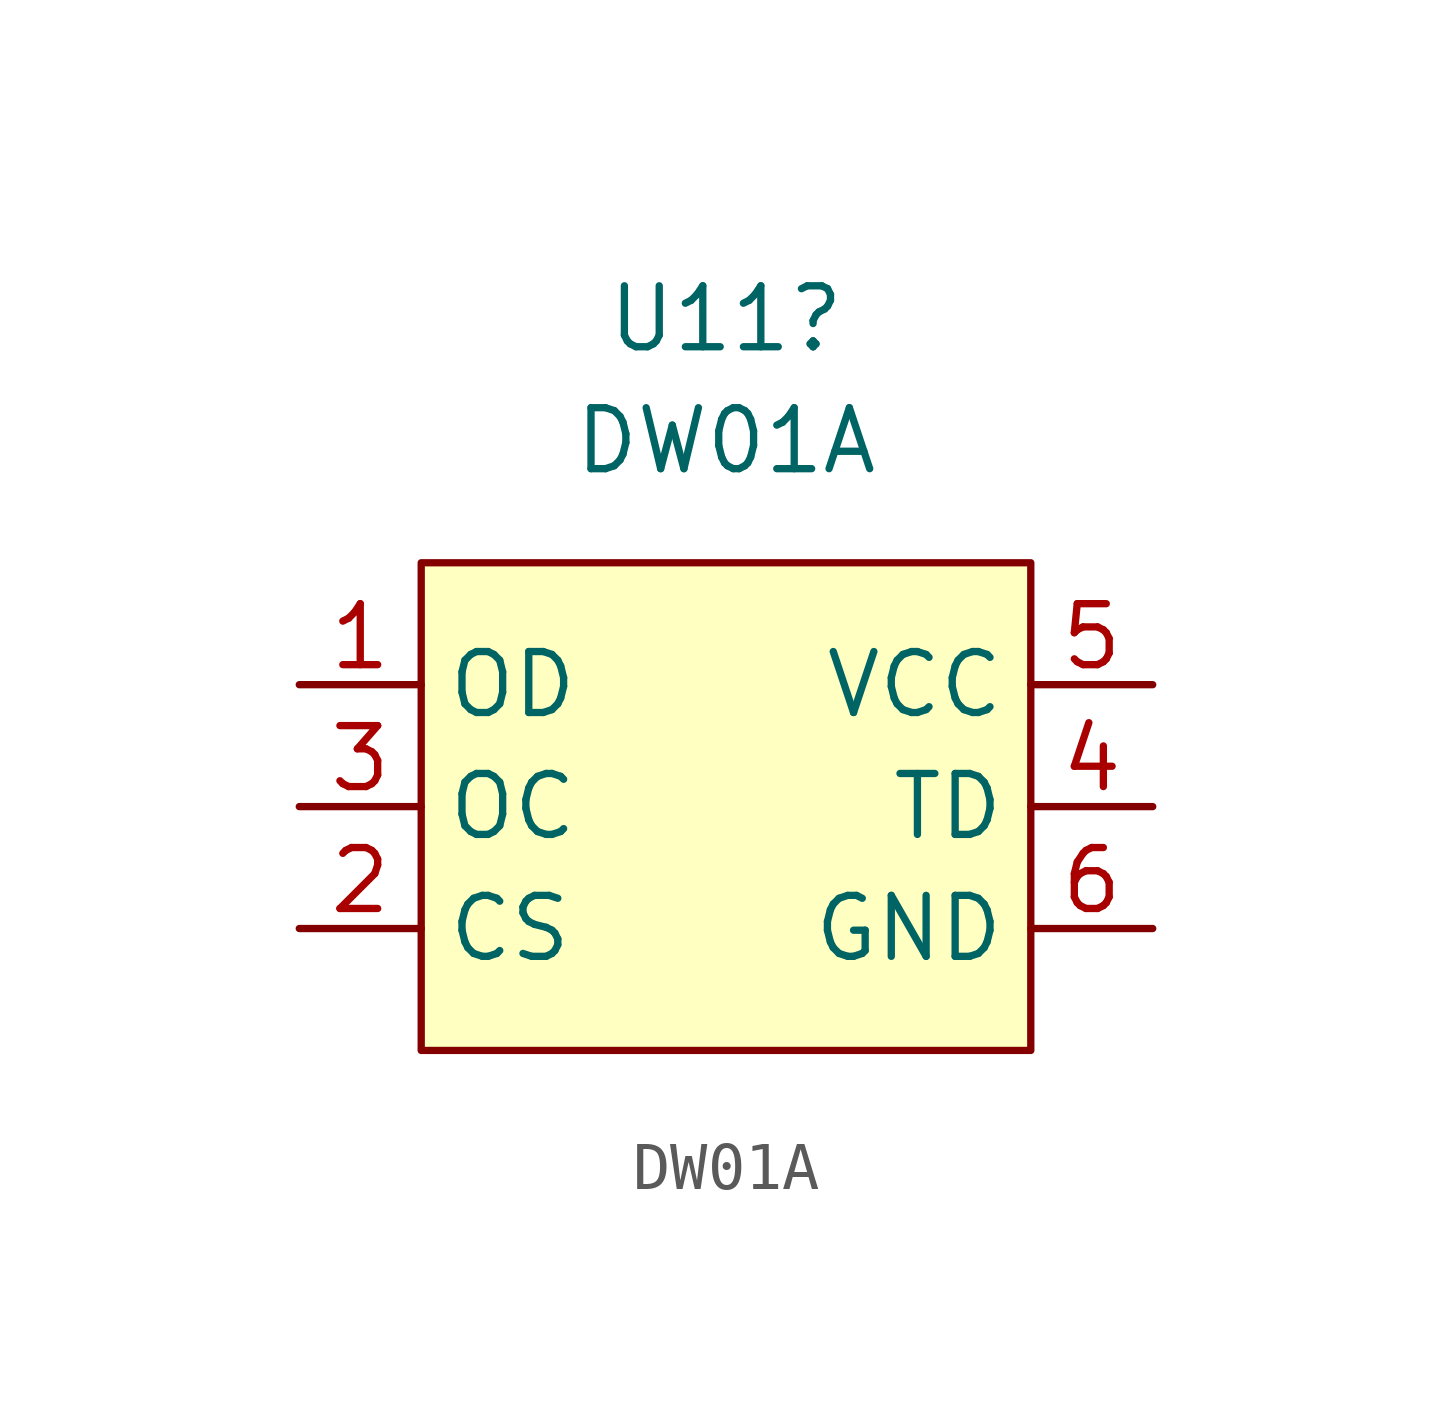
<source format=kicad_sym>
(kicad_symbol_lib
  (version 20211014)
  (generator kicad_symbol_editor)
  (symbol "DW01A"
    (property "Reference" "U11"
      (at 0 10.16 0)
      (effects (font (size 1.27 1.27))))
    (property "Value" "DW01A"
      (at 0 7.62 0)
      (effects (font (size 1.27 1.27))))
    (symbol "DW01A_0_1"
      (rectangle (start -6.35 5.08) (end 6.35 -5.08) (stroke (width 0) (type default) (color 0 0 0 0)) (fill (type background))))
    (symbol "DW01A_1_1"
      (pin output line (at -8.89 2.54 0) (length 2.54) (name "OD" (effects (font (size 1.27 1.27)))) (number "1" (effects (font (size 1.27 1.27)))))
      (pin input line (at -8.89 -2.54 0) (length 2.54) (name "CS" (effects (font (size 1.27 1.27)))) (number "2" (effects (font (size 1.27 1.27)))))
      (pin output line (at -8.89 0 0) (length 2.54) (name "OC" (effects (font (size 1.27 1.27)))) (number "3" (effects (font (size 1.27 1.27)))))
      (pin input line (at 8.89 0 180) (length 2.54) (name "TD" (effects (font (size 1.27 1.27)))) (number "4" (effects (font (size 1.27 1.27)))))
      (pin power_in line (at 8.89 2.54 180) (length 2.54) (name "VCC" (effects (font (size 1.27 1.27)))) (number "5" (effects (font (size 1.27 1.27)))))
      (pin power_in line (at 8.89 -2.54 180) (length 2.54) (name "GND" (effects (font (size 1.27 1.27)))) (number "6" (effects (font (size 1.27 1.27))))))))
</source>
